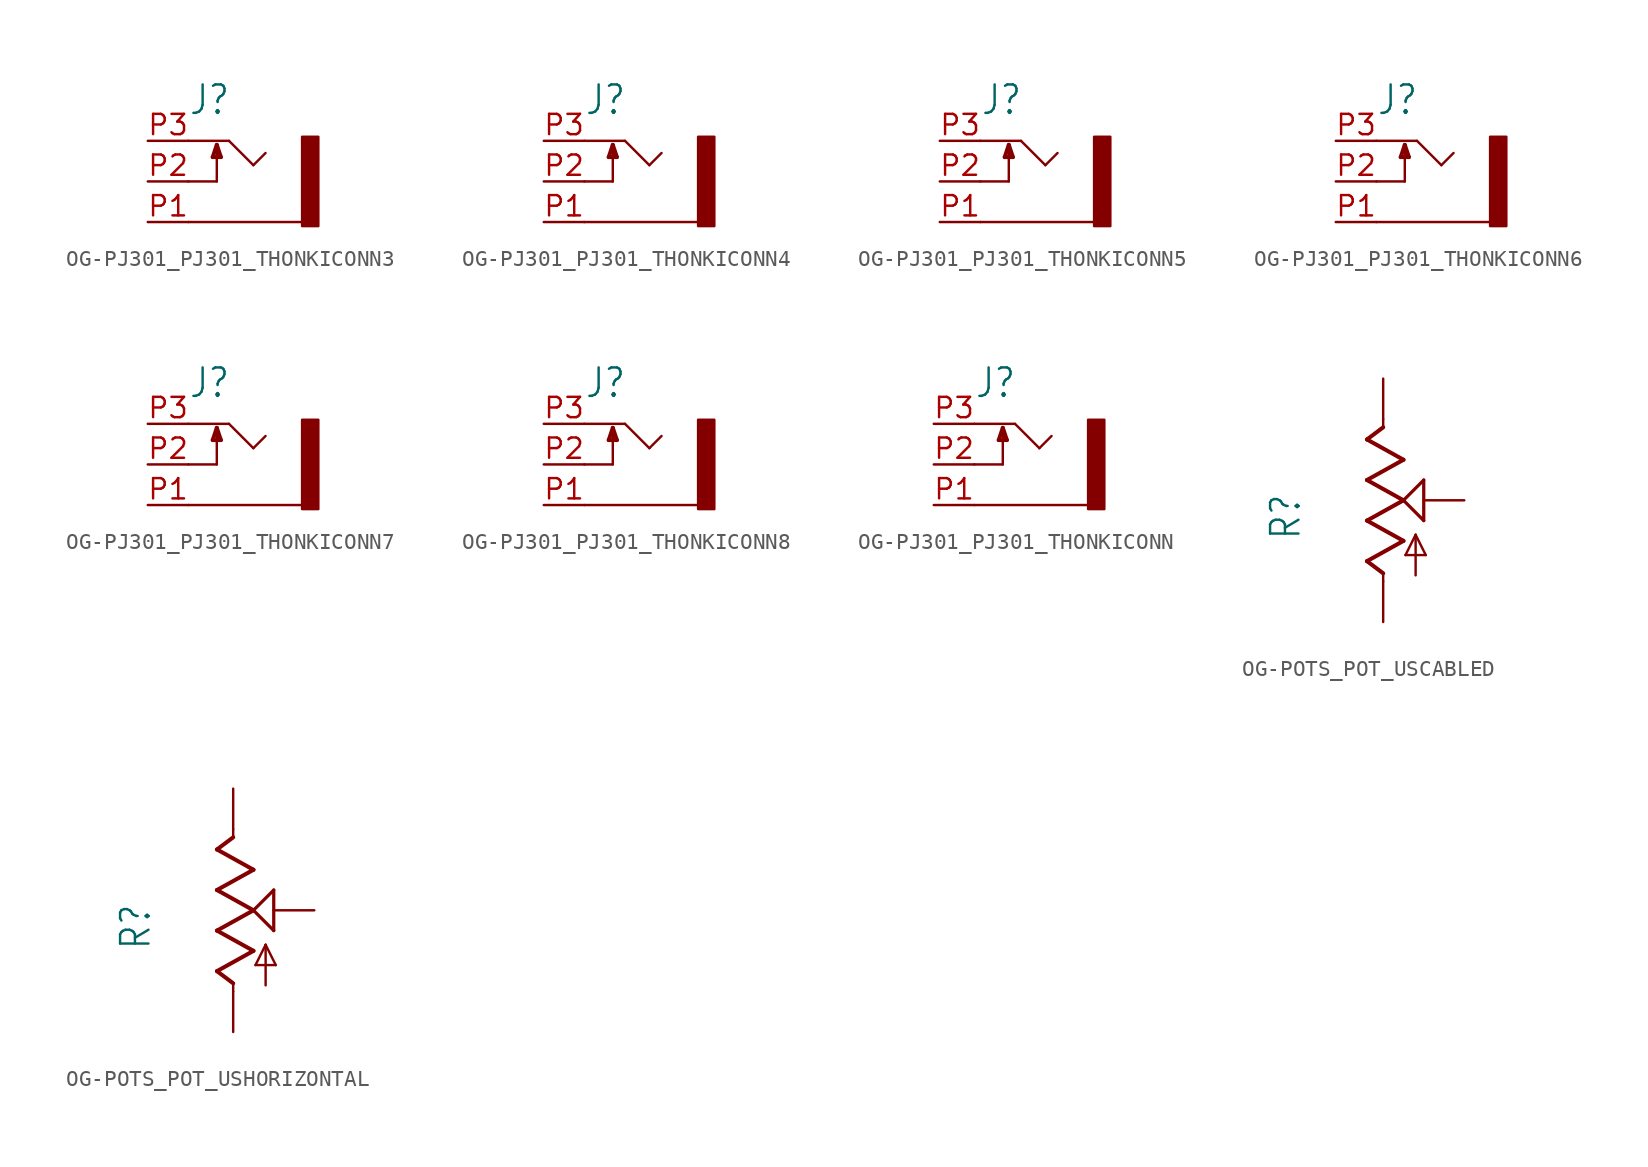
<source format=kicad_sym>
(kicad_symbol_lib
  (version 20231120)
  (generator "kicad_symbol_editor")
  (generator_version "8.0")
  (symbol "OG-PJ301_PJ301_THONKICONN3"
    (property "Reference" "J"
      (at -2.54 4.064 0)
      (effects (font (size 1.778 1.511)) (justify left bottom)))
    (property "ki_locked" ""
      (at 0 0 0)
      (effects (font (size 1.27 1.27))))
    (symbol "OG-PJ301_PJ301_THONKICONN3_1_0"
      (polyline (pts (xy -2.54 -2.54) (xy 4.572 -2.54)) (stroke (width 0.152) (type solid)) (fill (type none)))
      (polyline (pts (xy -2.54 0) (xy -0.762 0)) (stroke (width 0.152) (type solid)) (fill (type none)))
      (polyline (pts (xy -2.54 2.54) (xy 0 2.54)) (stroke (width 0.152) (type solid)) (fill (type none)))
      (polyline (pts (xy -1.016 1.524) (xy -0.508 1.524)) (stroke (width 0.254) (type solid)) (fill (type none)))
      (polyline (pts (xy -0.762 0) (xy -0.762 2.286)) (stroke (width 0.152) (type solid)) (fill (type none)))
      (polyline (pts (xy -0.762 2.286) (xy -1.016 1.524)) (stroke (width 0.254) (type solid)) (fill (type none)))
      (polyline (pts (xy -0.508 1.524) (xy -0.762 2.286)) (stroke (width 0.254) (type solid)) (fill (type none)))
      (polyline (pts (xy 0 2.54) (xy 1.524 1.016)) (stroke (width 0.152) (type solid)) (fill (type none)))
      (polyline (pts (xy 1.524 1.016) (xy 2.286 1.778)) (stroke (width 0.152) (type solid)) (fill (type none)))
      (rectangle (start 4.572 2.794) (end 5.588 -2.794) (stroke (width 0) (type default)) (fill (type outline)))
      (pin passive line (at -5.08 -2.54 0) (length 2.54) (name "1" (effects (font (size 0 0)))) (number "P1" (effects (font (size 1.27 1.27)))))
      (pin passive line (at -5.08 0 0) (length 2.54) (name "2" (effects (font (size 0 0)))) (number "P2" (effects (font (size 1.27 1.27)))))
      (pin passive line (at -5.08 2.54 0) (length 2.54) (name "3" (effects (font (size 0 0)))) (number "P3" (effects (font (size 1.27 1.27)))))))
  (symbol "OG-PJ301_PJ301_THONKICONN4"
    (property "Reference" "J"
      (at -2.54 4.064 0)
      (effects (font (size 1.778 1.511)) (justify left bottom)))
    (property "ki_locked" ""
      (at 0 0 0)
      (effects (font (size 1.27 1.27))))
    (symbol "OG-PJ301_PJ301_THONKICONN4_1_0"
      (polyline (pts (xy -2.54 -2.54) (xy 4.572 -2.54)) (stroke (width 0.152) (type solid)) (fill (type none)))
      (polyline (pts (xy -2.54 0) (xy -0.762 0)) (stroke (width 0.152) (type solid)) (fill (type none)))
      (polyline (pts (xy -2.54 2.54) (xy 0 2.54)) (stroke (width 0.152) (type solid)) (fill (type none)))
      (polyline (pts (xy -1.016 1.524) (xy -0.508 1.524)) (stroke (width 0.254) (type solid)) (fill (type none)))
      (polyline (pts (xy -0.762 0) (xy -0.762 2.286)) (stroke (width 0.152) (type solid)) (fill (type none)))
      (polyline (pts (xy -0.762 2.286) (xy -1.016 1.524)) (stroke (width 0.254) (type solid)) (fill (type none)))
      (polyline (pts (xy -0.508 1.524) (xy -0.762 2.286)) (stroke (width 0.254) (type solid)) (fill (type none)))
      (polyline (pts (xy 0 2.54) (xy 1.524 1.016)) (stroke (width 0.152) (type solid)) (fill (type none)))
      (polyline (pts (xy 1.524 1.016) (xy 2.286 1.778)) (stroke (width 0.152) (type solid)) (fill (type none)))
      (rectangle (start 4.572 2.794) (end 5.588 -2.794) (stroke (width 0) (type default)) (fill (type outline)))
      (pin passive line (at -5.08 -2.54 0) (length 2.54) (name "1" (effects (font (size 0 0)))) (number "P1" (effects (font (size 1.27 1.27)))))
      (pin passive line (at -5.08 0 0) (length 2.54) (name "2" (effects (font (size 0 0)))) (number "P2" (effects (font (size 1.27 1.27)))))
      (pin passive line (at -5.08 2.54 0) (length 2.54) (name "3" (effects (font (size 0 0)))) (number "P3" (effects (font (size 1.27 1.27)))))))
  (symbol "OG-PJ301_PJ301_THONKICONN5"
    (property "Reference" "J"
      (at -2.54 4.064 0)
      (effects (font (size 1.778 1.511)) (justify left bottom)))
    (property "ki_locked" ""
      (at 0 0 0)
      (effects (font (size 1.27 1.27))))
    (symbol "OG-PJ301_PJ301_THONKICONN5_1_0"
      (polyline (pts (xy -2.54 -2.54) (xy 4.572 -2.54)) (stroke (width 0.152) (type solid)) (fill (type none)))
      (polyline (pts (xy -2.54 0) (xy -0.762 0)) (stroke (width 0.152) (type solid)) (fill (type none)))
      (polyline (pts (xy -2.54 2.54) (xy 0 2.54)) (stroke (width 0.152) (type solid)) (fill (type none)))
      (polyline (pts (xy -1.016 1.524) (xy -0.508 1.524)) (stroke (width 0.254) (type solid)) (fill (type none)))
      (polyline (pts (xy -0.762 0) (xy -0.762 2.286)) (stroke (width 0.152) (type solid)) (fill (type none)))
      (polyline (pts (xy -0.762 2.286) (xy -1.016 1.524)) (stroke (width 0.254) (type solid)) (fill (type none)))
      (polyline (pts (xy -0.508 1.524) (xy -0.762 2.286)) (stroke (width 0.254) (type solid)) (fill (type none)))
      (polyline (pts (xy 0 2.54) (xy 1.524 1.016)) (stroke (width 0.152) (type solid)) (fill (type none)))
      (polyline (pts (xy 1.524 1.016) (xy 2.286 1.778)) (stroke (width 0.152) (type solid)) (fill (type none)))
      (rectangle (start 4.572 2.794) (end 5.588 -2.794) (stroke (width 0) (type default)) (fill (type outline)))
      (pin passive line (at -5.08 -2.54 0) (length 2.54) (name "1" (effects (font (size 0 0)))) (number "P1" (effects (font (size 1.27 1.27)))))
      (pin passive line (at -5.08 0 0) (length 2.54) (name "2" (effects (font (size 0 0)))) (number "P2" (effects (font (size 1.27 1.27)))))
      (pin passive line (at -5.08 2.54 0) (length 2.54) (name "3" (effects (font (size 0 0)))) (number "P3" (effects (font (size 1.27 1.27)))))))
  (symbol "OG-PJ301_PJ301_THONKICONN6"
    (property "Reference" "J"
      (at -2.54 4.064 0)
      (effects (font (size 1.778 1.511)) (justify left bottom)))
    (property "ki_locked" ""
      (at 0 0 0)
      (effects (font (size 1.27 1.27))))
    (symbol "OG-PJ301_PJ301_THONKICONN6_1_0"
      (polyline (pts (xy -2.54 -2.54) (xy 4.572 -2.54)) (stroke (width 0.152) (type solid)) (fill (type none)))
      (polyline (pts (xy -2.54 0) (xy -0.762 0)) (stroke (width 0.152) (type solid)) (fill (type none)))
      (polyline (pts (xy -2.54 2.54) (xy 0 2.54)) (stroke (width 0.152) (type solid)) (fill (type none)))
      (polyline (pts (xy -1.016 1.524) (xy -0.508 1.524)) (stroke (width 0.254) (type solid)) (fill (type none)))
      (polyline (pts (xy -0.762 0) (xy -0.762 2.286)) (stroke (width 0.152) (type solid)) (fill (type none)))
      (polyline (pts (xy -0.762 2.286) (xy -1.016 1.524)) (stroke (width 0.254) (type solid)) (fill (type none)))
      (polyline (pts (xy -0.508 1.524) (xy -0.762 2.286)) (stroke (width 0.254) (type solid)) (fill (type none)))
      (polyline (pts (xy 0 2.54) (xy 1.524 1.016)) (stroke (width 0.152) (type solid)) (fill (type none)))
      (polyline (pts (xy 1.524 1.016) (xy 2.286 1.778)) (stroke (width 0.152) (type solid)) (fill (type none)))
      (rectangle (start 4.572 2.794) (end 5.588 -2.794) (stroke (width 0) (type default)) (fill (type outline)))
      (pin passive line (at -5.08 -2.54 0) (length 2.54) (name "1" (effects (font (size 0 0)))) (number "P1" (effects (font (size 1.27 1.27)))))
      (pin passive line (at -5.08 0 0) (length 2.54) (name "2" (effects (font (size 0 0)))) (number "P2" (effects (font (size 1.27 1.27)))))
      (pin passive line (at -5.08 2.54 0) (length 2.54) (name "3" (effects (font (size 0 0)))) (number "P3" (effects (font (size 1.27 1.27)))))))
  (symbol "OG-PJ301_PJ301_THONKICONN7"
    (property "Reference" "J"
      (at -2.54 4.064 0)
      (effects (font (size 1.778 1.511)) (justify left bottom)))
    (property "ki_locked" ""
      (at 0 0 0)
      (effects (font (size 1.27 1.27))))
    (symbol "OG-PJ301_PJ301_THONKICONN7_1_0"
      (polyline (pts (xy -2.54 -2.54) (xy 4.572 -2.54)) (stroke (width 0.152) (type solid)) (fill (type none)))
      (polyline (pts (xy -2.54 0) (xy -0.762 0)) (stroke (width 0.152) (type solid)) (fill (type none)))
      (polyline (pts (xy -2.54 2.54) (xy 0 2.54)) (stroke (width 0.152) (type solid)) (fill (type none)))
      (polyline (pts (xy -1.016 1.524) (xy -0.508 1.524)) (stroke (width 0.254) (type solid)) (fill (type none)))
      (polyline (pts (xy -0.762 0) (xy -0.762 2.286)) (stroke (width 0.152) (type solid)) (fill (type none)))
      (polyline (pts (xy -0.762 2.286) (xy -1.016 1.524)) (stroke (width 0.254) (type solid)) (fill (type none)))
      (polyline (pts (xy -0.508 1.524) (xy -0.762 2.286)) (stroke (width 0.254) (type solid)) (fill (type none)))
      (polyline (pts (xy 0 2.54) (xy 1.524 1.016)) (stroke (width 0.152) (type solid)) (fill (type none)))
      (polyline (pts (xy 1.524 1.016) (xy 2.286 1.778)) (stroke (width 0.152) (type solid)) (fill (type none)))
      (rectangle (start 4.572 2.794) (end 5.588 -2.794) (stroke (width 0) (type default)) (fill (type outline)))
      (pin passive line (at -5.08 -2.54 0) (length 2.54) (name "1" (effects (font (size 0 0)))) (number "P1" (effects (font (size 1.27 1.27)))))
      (pin passive line (at -5.08 0 0) (length 2.54) (name "2" (effects (font (size 0 0)))) (number "P2" (effects (font (size 1.27 1.27)))))
      (pin passive line (at -5.08 2.54 0) (length 2.54) (name "3" (effects (font (size 0 0)))) (number "P3" (effects (font (size 1.27 1.27)))))))
  (symbol "OG-PJ301_PJ301_THONKICONN8"
    (property "Reference" "J"
      (at -2.54 4.064 0)
      (effects (font (size 1.778 1.511)) (justify left bottom)))
    (property "ki_locked" ""
      (at 0 0 0)
      (effects (font (size 1.27 1.27))))
    (symbol "OG-PJ301_PJ301_THONKICONN8_1_0"
      (polyline (pts (xy -2.54 -2.54) (xy 4.572 -2.54)) (stroke (width 0.152) (type solid)) (fill (type none)))
      (polyline (pts (xy -2.54 0) (xy -0.762 0)) (stroke (width 0.152) (type solid)) (fill (type none)))
      (polyline (pts (xy -2.54 2.54) (xy 0 2.54)) (stroke (width 0.152) (type solid)) (fill (type none)))
      (polyline (pts (xy -1.016 1.524) (xy -0.508 1.524)) (stroke (width 0.254) (type solid)) (fill (type none)))
      (polyline (pts (xy -0.762 0) (xy -0.762 2.286)) (stroke (width 0.152) (type solid)) (fill (type none)))
      (polyline (pts (xy -0.762 2.286) (xy -1.016 1.524)) (stroke (width 0.254) (type solid)) (fill (type none)))
      (polyline (pts (xy -0.508 1.524) (xy -0.762 2.286)) (stroke (width 0.254) (type solid)) (fill (type none)))
      (polyline (pts (xy 0 2.54) (xy 1.524 1.016)) (stroke (width 0.152) (type solid)) (fill (type none)))
      (polyline (pts (xy 1.524 1.016) (xy 2.286 1.778)) (stroke (width 0.152) (type solid)) (fill (type none)))
      (rectangle (start 4.572 2.794) (end 5.588 -2.794) (stroke (width 0) (type default)) (fill (type outline)))
      (pin passive line (at -5.08 -2.54 0) (length 2.54) (name "1" (effects (font (size 0 0)))) (number "P1" (effects (font (size 1.27 1.27)))))
      (pin passive line (at -5.08 0 0) (length 2.54) (name "2" (effects (font (size 0 0)))) (number "P2" (effects (font (size 1.27 1.27)))))
      (pin passive line (at -5.08 2.54 0) (length 2.54) (name "3" (effects (font (size 0 0)))) (number "P3" (effects (font (size 1.27 1.27)))))))
  (symbol "OG-PJ301_PJ301_THONKICONN"
    (property "Reference" "J"
      (at -2.54 4.064 0)
      (effects (font (size 1.778 1.511)) (justify left bottom)))
    (property "ki_locked" ""
      (at 0 0 0)
      (effects (font (size 1.27 1.27))))
    (symbol "OG-PJ301_PJ301_THONKICONN_1_0"
      (polyline (pts (xy -2.54 -2.54) (xy 4.572 -2.54)) (stroke (width 0.152) (type solid)) (fill (type none)))
      (polyline (pts (xy -2.54 0) (xy -0.762 0)) (stroke (width 0.152) (type solid)) (fill (type none)))
      (polyline (pts (xy -2.54 2.54) (xy 0 2.54)) (stroke (width 0.152) (type solid)) (fill (type none)))
      (polyline (pts (xy -1.016 1.524) (xy -0.508 1.524)) (stroke (width 0.254) (type solid)) (fill (type none)))
      (polyline (pts (xy -0.762 0) (xy -0.762 2.286)) (stroke (width 0.152) (type solid)) (fill (type none)))
      (polyline (pts (xy -0.762 2.286) (xy -1.016 1.524)) (stroke (width 0.254) (type solid)) (fill (type none)))
      (polyline (pts (xy -0.508 1.524) (xy -0.762 2.286)) (stroke (width 0.254) (type solid)) (fill (type none)))
      (polyline (pts (xy 0 2.54) (xy 1.524 1.016)) (stroke (width 0.152) (type solid)) (fill (type none)))
      (polyline (pts (xy 1.524 1.016) (xy 2.286 1.778)) (stroke (width 0.152) (type solid)) (fill (type none)))
      (rectangle (start 4.572 2.794) (end 5.588 -2.794) (stroke (width 0) (type default)) (fill (type outline)))
      (pin passive line (at -5.08 -2.54 0) (length 2.54) (name "1" (effects (font (size 0 0)))) (number "P1" (effects (font (size 1.27 1.27)))))
      (pin passive line (at -5.08 0 0) (length 2.54) (name "2" (effects (font (size 0 0)))) (number "P2" (effects (font (size 1.27 1.27)))))
      (pin passive line (at -5.08 2.54 0) (length 2.54) (name "3" (effects (font (size 0 0)))) (number "P3" (effects (font (size 1.27 1.27)))))))
  (symbol "OG-POTS_POT_USCABLED"
    (property "Reference" "R"
      (at -5.08 -2.54 90)
      (effects (font (size 1.778 1.511)) (justify left bottom)))
    (property "Value" ""
      (at -2.54 -2.54 90)
      (effects (font (size 1.778 1.511)) (justify left bottom)))
    (property "ki_locked" ""
      (at 0 0 0)
      (effects (font (size 1.27 1.27))))
    (symbol "OG-POTS_POT_USCABLED_1_0"
      (polyline (pts (xy -1.016 -3.81) (xy 1.27 -2.54)) (stroke (width 0.254) (type solid)) (fill (type none)))
      (polyline (pts (xy -1.016 -1.27) (xy 1.27 0)) (stroke (width 0.254) (type solid)) (fill (type none)))
      (polyline (pts (xy -1.016 1.27) (xy 1.27 2.54)) (stroke (width 0.254) (type solid)) (fill (type none)))
      (polyline (pts (xy -1.016 3.81) (xy 0 4.572)) (stroke (width 0.254) (type solid)) (fill (type none)))
      (polyline (pts (xy 0 -5.08) (xy 0 -4.572)) (stroke (width 0.152) (type solid)) (fill (type none)))
      (polyline (pts (xy 0 -4.572) (xy -1.016 -3.81)) (stroke (width 0.254) (type solid)) (fill (type none)))
      (polyline (pts (xy 0 4.572) (xy 0 5.08)) (stroke (width 0.152) (type solid)) (fill (type none)))
      (polyline (pts (xy 1.27 -2.54) (xy -1.016 -1.27)) (stroke (width 0.254) (type solid)) (fill (type none)))
      (polyline (pts (xy 1.27 0) (xy -1.016 1.27)) (stroke (width 0.254) (type solid)) (fill (type none)))
      (polyline (pts (xy 1.27 0) (xy 2.54 1.27)) (stroke (width 0.203) (type solid)) (fill (type none)))
      (polyline (pts (xy 1.27 2.54) (xy -1.016 3.81)) (stroke (width 0.254) (type solid)) (fill (type none)))
      (polyline (pts (xy 1.397 -3.429) (xy 2.032 -2.159)) (stroke (width 0.152) (type solid)) (fill (type none)))
      (polyline (pts (xy 2.032 -4.699) (xy 2.032 -2.159)) (stroke (width 0.152) (type solid)) (fill (type none)))
      (polyline (pts (xy 2.032 -2.159) (xy 2.667 -3.429)) (stroke (width 0.152) (type solid)) (fill (type none)))
      (polyline (pts (xy 2.54 -1.27) (xy 1.27 0)) (stroke (width 0.203) (type solid)) (fill (type none)))
      (polyline (pts (xy 2.54 1.27) (xy 2.54 -1.27)) (stroke (width 0.203) (type solid)) (fill (type none)))
      (polyline (pts (xy 2.667 -3.429) (xy 1.397 -3.429)) (stroke (width 0.152) (type solid)) (fill (type none)))
      (pin passive line (at 0 -7.62 90) (length 2.54) (name "A" (effects (font (size 0 0)))) (number "A" (effects (font (size 0 0)))))
      (pin passive line (at 0 7.62 270) (length 2.54) (name "E" (effects (font (size 0 0)))) (number "E" (effects (font (size 0 0)))))
      (pin passive line (at 5.08 0 180) (length 2.54) (name "S" (effects (font (size 0 0)))) (number "S" (effects (font (size 0 0)))))))
  (symbol "OG-POTS_POT_USHORIZONTAL"
    (property "Reference" "R"
      (at -5.08 -2.54 90)
      (effects (font (size 1.778 1.511)) (justify left bottom)))
    (property "Value" ""
      (at -2.54 -2.54 90)
      (effects (font (size 1.778 1.511)) (justify left bottom)))
    (property "ki_locked" ""
      (at 0 0 0)
      (effects (font (size 1.27 1.27))))
    (symbol "OG-POTS_POT_USHORIZONTAL_1_0"
      (polyline (pts (xy -1.016 -3.81) (xy 1.27 -2.54)) (stroke (width 0.254) (type solid)) (fill (type none)))
      (polyline (pts (xy -1.016 -1.27) (xy 1.27 0)) (stroke (width 0.254) (type solid)) (fill (type none)))
      (polyline (pts (xy -1.016 1.27) (xy 1.27 2.54)) (stroke (width 0.254) (type solid)) (fill (type none)))
      (polyline (pts (xy -1.016 3.81) (xy 0 4.572)) (stroke (width 0.254) (type solid)) (fill (type none)))
      (polyline (pts (xy 0 -5.08) (xy 0 -4.572)) (stroke (width 0.152) (type solid)) (fill (type none)))
      (polyline (pts (xy 0 -4.572) (xy -1.016 -3.81)) (stroke (width 0.254) (type solid)) (fill (type none)))
      (polyline (pts (xy 0 4.572) (xy 0 5.08)) (stroke (width 0.152) (type solid)) (fill (type none)))
      (polyline (pts (xy 1.27 -2.54) (xy -1.016 -1.27)) (stroke (width 0.254) (type solid)) (fill (type none)))
      (polyline (pts (xy 1.27 0) (xy -1.016 1.27)) (stroke (width 0.254) (type solid)) (fill (type none)))
      (polyline (pts (xy 1.27 0) (xy 2.54 1.27)) (stroke (width 0.203) (type solid)) (fill (type none)))
      (polyline (pts (xy 1.27 2.54) (xy -1.016 3.81)) (stroke (width 0.254) (type solid)) (fill (type none)))
      (polyline (pts (xy 1.397 -3.429) (xy 2.032 -2.159)) (stroke (width 0.152) (type solid)) (fill (type none)))
      (polyline (pts (xy 2.032 -4.699) (xy 2.032 -2.159)) (stroke (width 0.152) (type solid)) (fill (type none)))
      (polyline (pts (xy 2.032 -2.159) (xy 2.667 -3.429)) (stroke (width 0.152) (type solid)) (fill (type none)))
      (polyline (pts (xy 2.54 -1.27) (xy 1.27 0)) (stroke (width 0.203) (type solid)) (fill (type none)))
      (polyline (pts (xy 2.54 1.27) (xy 2.54 -1.27)) (stroke (width 0.203) (type solid)) (fill (type none)))
      (polyline (pts (xy 2.667 -3.429) (xy 1.397 -3.429)) (stroke (width 0.152) (type solid)) (fill (type none)))
      (pin passive line (at 0 7.62 270) (length 2.54) (name "E" (effects (font (size 0 0)))) (number "P$1" (effects (font (size 0 0)))))
      (pin passive line (at 5.08 0 180) (length 2.54) (name "S" (effects (font (size 0 0)))) (number "P$2" (effects (font (size 0 0)))))
      (pin passive line (at 0 -7.62 90) (length 2.54) (name "A" (effects (font (size 0 0)))) (number "P$3" (effects (font (size 0 0))))))))
</source>
